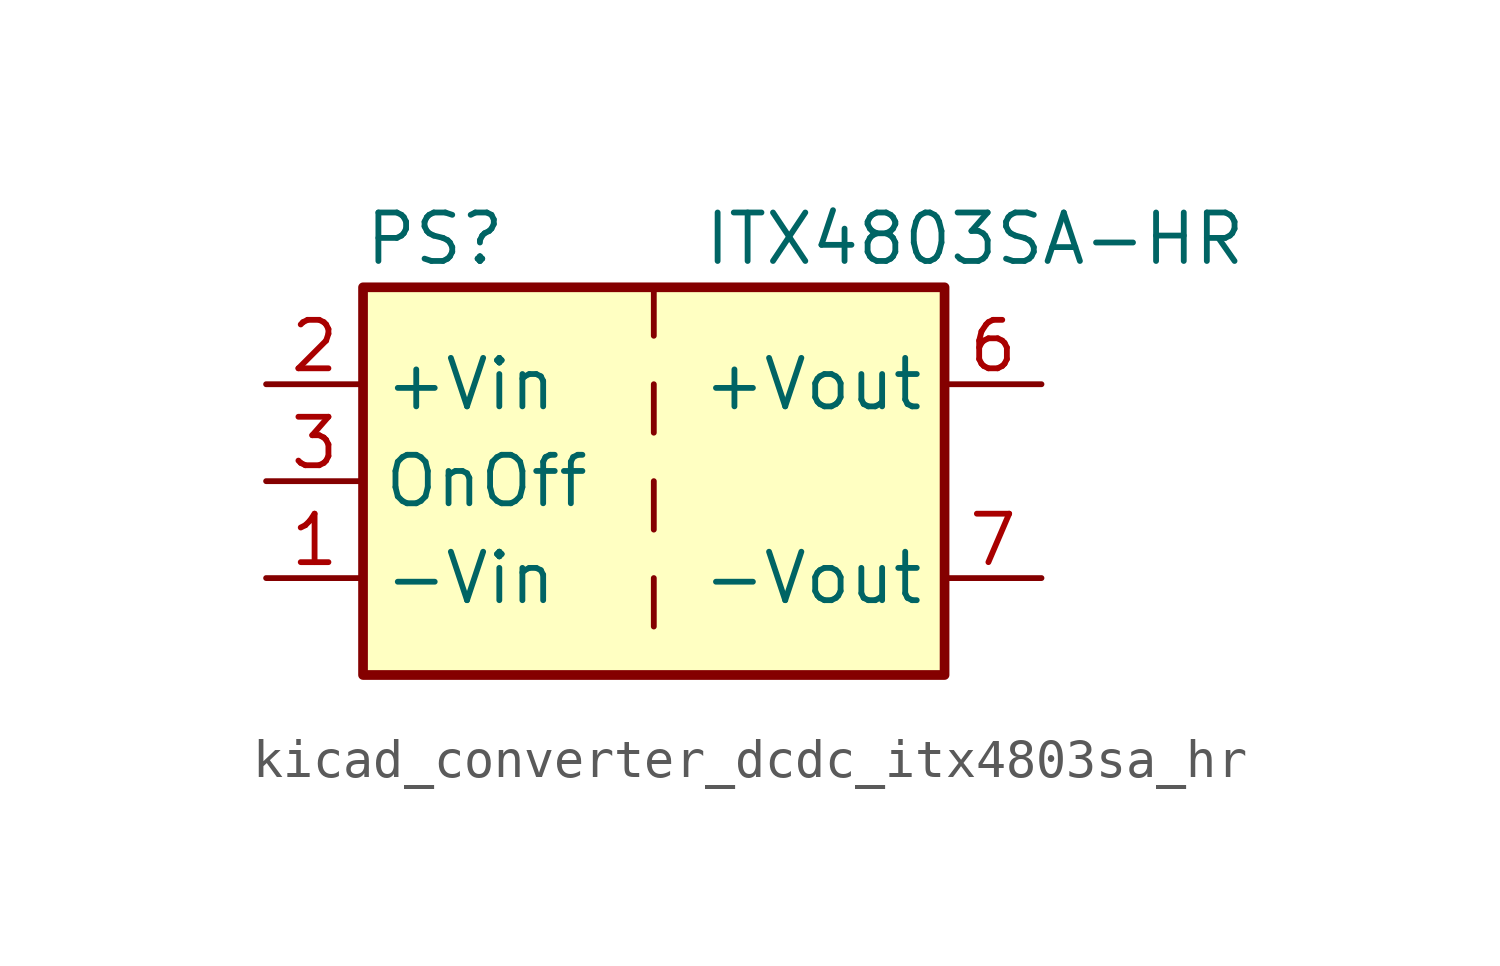
<source format=kicad_sym>
(kicad_symbol_lib
  (version 20220914)
  (generator kicad_symbol_editor)
  (symbol "kicad_converter_dcdc_itx4803sa_hr"
    (property "Reference" "PS"
      (at -7.62 6.35 0)
      (effects (font (size 1.27 1.27)) (justify left)))
    (property "Value" "ITX4803SA-HR"
      (at 1.27 6.35 0)
      (effects (font (size 1.27 1.27)) (justify left)))
    (symbol "kicad_converter_dcdc_itx4803sa_hr_0_0"
      (pin power_in line (at -10.16 -2.54 0) (length 2.54) (name "-Vin" (effects (font (size 1.27 1.27)))) (number "1" (effects (font (size 1.27 1.27)))))
      (pin power_in line (at -10.16 2.54 0) (length 2.54) (name "+Vin" (effects (font (size 1.27 1.27)))) (number "2" (effects (font (size 1.27 1.27)))))
      (pin input line (at -10.16 0 0) (length 2.54) (name "OnOff" (effects (font (size 1.27 1.27)))) (number "3" (effects (font (size 1.27 1.27)))))
      (pin no_connect line (at 0 5.08 270) (length 2.54) hide (name "NC" (effects (font (size 1.27 1.27)))) (number "5" (effects (font (size 1.27 1.27)))))
      (pin power_out line (at 10.16 2.54 180) (length 2.54) (name "+Vout" (effects (font (size 1.27 1.27)))) (number "6" (effects (font (size 1.27 1.27)))))
      (pin power_out line (at 10.16 -2.54 180) (length 2.54) (name "-Vout" (effects (font (size 1.27 1.27)))) (number "7" (effects (font (size 1.27 1.27)))))
      (pin no_connect line (at 7.62 0 180) (length 2.54) hide (name "NC" (effects (font (size 1.27 1.27)))) (number "8" (effects (font (size 1.27 1.27))))))
    (symbol "kicad_converter_dcdc_itx4803sa_hr_0_1"
      (rectangle (start -7.62 5.08) (end 7.62 -5.08) (stroke (width 0.254) (type default)) (fill (type background)))
      (polyline (pts (xy 0 -2.54) (xy 0 -3.81)) (stroke (width 0) (type default)) (fill (type none)))
      (polyline (pts (xy 0 0) (xy 0 -1.27)) (stroke (width 0) (type default)) (fill (type none)))
      (polyline (pts (xy 0 2.54) (xy 0 1.27)) (stroke (width 0) (type default)) (fill (type none)))
      (polyline (pts (xy 0 5.08) (xy 0 3.81)) (stroke (width 0) (type default)) (fill (type none))))))
</source>
